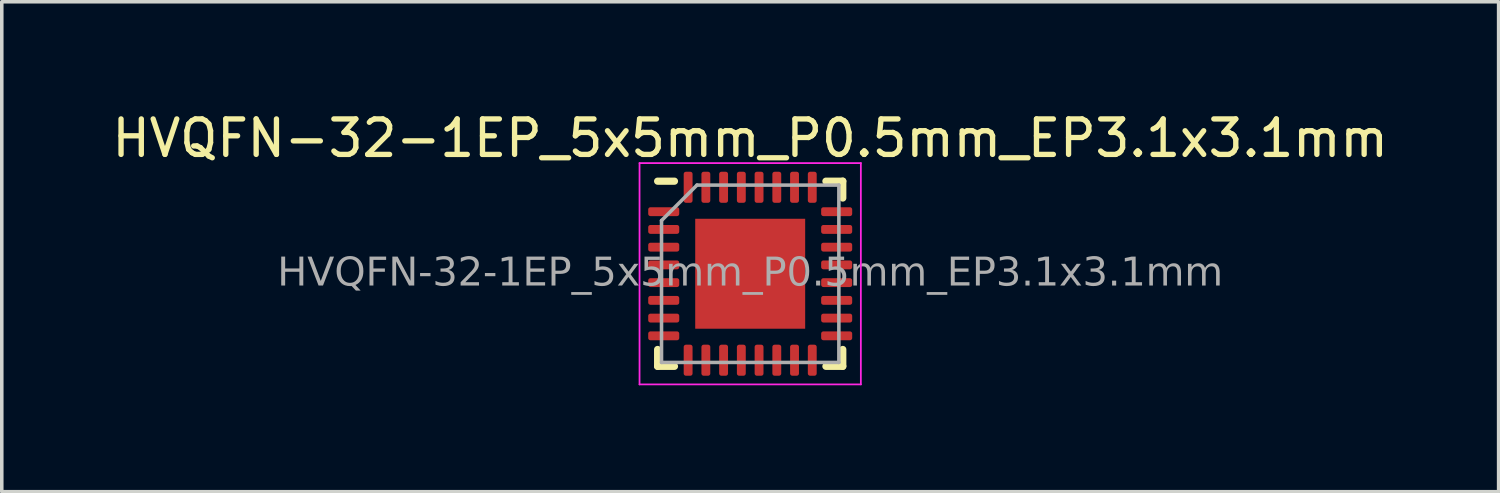
<source format=kicad_pcb>
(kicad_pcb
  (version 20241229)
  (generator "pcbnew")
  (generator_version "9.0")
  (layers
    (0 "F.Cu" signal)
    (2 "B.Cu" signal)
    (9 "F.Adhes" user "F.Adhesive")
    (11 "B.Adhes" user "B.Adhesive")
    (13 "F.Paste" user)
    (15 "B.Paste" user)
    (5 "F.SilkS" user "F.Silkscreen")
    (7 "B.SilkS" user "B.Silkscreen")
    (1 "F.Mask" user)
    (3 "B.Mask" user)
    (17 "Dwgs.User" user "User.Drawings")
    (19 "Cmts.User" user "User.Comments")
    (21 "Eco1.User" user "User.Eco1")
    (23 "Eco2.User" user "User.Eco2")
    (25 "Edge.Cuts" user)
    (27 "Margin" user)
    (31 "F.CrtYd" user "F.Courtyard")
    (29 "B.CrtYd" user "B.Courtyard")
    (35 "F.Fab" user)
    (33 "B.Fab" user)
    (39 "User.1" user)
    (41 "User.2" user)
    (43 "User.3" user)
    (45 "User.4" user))
  (footprint "HVQFN-32-1EP_5x5mm_P0.5mm_EP3.1x3.1mm"
    (layer "F.Cu")
    (at 18.101 4.668)
    (property "Reference" "HVQFN-32-1EP_5x5mm_P0.5mm_EP3.1x3.1mm" (at 0 -3.82 0) (layer "F.SilkS") (effects (font (size 1 1) (thickness 0.15))))
    (attr smd)
    (fp_line (start -2.61 2.61) (end -2.61 2.135) (stroke (width 0.203) (type solid)) (layer "F.SilkS"))
    (fp_line (start -2.135 -2.61) (end -2.61 -2.61) (stroke (width 0.203) (type solid)) (layer "F.SilkS"))
    (fp_line (start -2.135 2.61) (end -2.61 2.61) (stroke (width 0.203) (type solid)) (layer "F.SilkS"))
    (fp_line (start 2.135 -2.61) (end 2.61 -2.61) (stroke (width 0.203) (type solid)) (layer "F.SilkS"))
    (fp_line (start 2.135 2.61) (end 2.61 2.61) (stroke (width 0.203) (type solid)) (layer "F.SilkS"))
    (fp_line (start 2.61 -2.61) (end 2.61 -2.135) (stroke (width 0.203) (type solid)) (layer "F.SilkS"))
    (fp_line (start 2.61 2.61) (end 2.61 2.135) (stroke (width 0.203) (type solid)) (layer "F.SilkS"))
    (fp_line (start -3.12 -3.12) (end -3.12 3.12) (stroke (width 0.05) (type solid)) (layer "F.CrtYd"))
    (fp_line (start -3.12 3.12) (end 3.12 3.12) (stroke (width 0.05) (type solid)) (layer "F.CrtYd"))
    (fp_line (start 3.12 -3.12) (end -3.12 -3.12) (stroke (width 0.05) (type solid)) (layer "F.CrtYd"))
    (fp_line (start 3.12 3.12) (end 3.12 -3.12) (stroke (width 0.05) (type solid)) (layer "F.CrtYd"))
    (fp_line (start -2.5 -1.5) (end -1.5 -2.5) (stroke (width 0.1) (type solid)) (layer "F.Fab"))
    (fp_line (start -2.5 2.5) (end -2.5 -1.5) (stroke (width 0.1) (type solid)) (layer "F.Fab"))
    (fp_line (start -1.5 -2.5) (end 2.5 -2.5) (stroke (width 0.1) (type solid)) (layer "F.Fab"))
    (fp_line (start 2.5 -2.5) (end 2.5 2.5) (stroke (width 0.1) (type solid)) (layer "F.Fab"))
    (fp_line (start 2.5 2.5) (end -2.5 2.5) (stroke (width 0.1) (type solid)) (layer "F.Fab"))
    (fp_text user "${REFERENCE}" (at 0 0 0) (layer "F.Fab") (effects (font (face "Tahoma") (size 0.8 0.8) (thickness 0.15))))
    (pad "" smd roundrect (at -1.03 -1.03) (size 0.83 0.83) (layers "F.Paste") (roundrect_rratio 0.25))
    (pad "" smd roundrect (at -1.03 0) (size 0.83 0.83) (layers "F.Paste") (roundrect_rratio 0.25))
    (pad "" smd roundrect (at -1.03 1.03) (size 0.83 0.83) (layers "F.Paste") (roundrect_rratio 0.25))
    (pad "" smd roundrect (at 0 -1.03) (size 0.83 0.83) (layers "F.Paste") (roundrect_rratio 0.25))
    (pad "" smd roundrect (at 0 0) (size 0.83 0.83) (layers "F.Paste") (roundrect_rratio 0.25))
    (pad "" smd roundrect (at 0 1.03) (size 0.83 0.83) (layers "F.Paste") (roundrect_rratio 0.25))
    (pad "" smd roundrect (at 1.03 -1.03) (size 0.83 0.83) (layers "F.Paste") (roundrect_rratio 0.25))
    (pad "" smd roundrect (at 1.03 0) (size 0.83 0.83) (layers "F.Paste") (roundrect_rratio 0.25))
    (pad "" smd roundrect (at 1.03 1.03) (size 0.83 0.83) (layers "F.Paste") (roundrect_rratio 0.25))
    (pad "1" smd roundrect (at -2.438 -1.75) (size 0.875 0.25) (layers "F.Cu" "F.Mask" "F.Paste") (roundrect_rratio 0.25))
    (pad "2" smd roundrect (at -2.438 -1.25) (size 0.875 0.25) (layers "F.Cu" "F.Mask" "F.Paste") (roundrect_rratio 0.25))
    (pad "3" smd roundrect (at -2.438 -0.75) (size 0.875 0.25) (layers "F.Cu" "F.Mask" "F.Paste") (roundrect_rratio 0.25))
    (pad "4" smd roundrect (at -2.438 -0.25) (size 0.875 0.25) (layers "F.Cu" "F.Mask" "F.Paste") (roundrect_rratio 0.25))
    (pad "5" smd roundrect (at -2.438 0.25) (size 0.875 0.25) (layers "F.Cu" "F.Mask" "F.Paste") (roundrect_rratio 0.25))
    (pad "6" smd roundrect (at -2.438 0.75) (size 0.875 0.25) (layers "F.Cu" "F.Mask" "F.Paste") (roundrect_rratio 0.25))
    (pad "7" smd roundrect (at -2.438 1.25) (size 0.875 0.25) (layers "F.Cu" "F.Mask" "F.Paste") (roundrect_rratio 0.25))
    (pad "8" smd roundrect (at -2.438 1.75) (size 0.875 0.25) (layers "F.Cu" "F.Mask" "F.Paste") (roundrect_rratio 0.25))
    (pad "9" smd roundrect (at -1.75 2.438) (size 0.25 0.875) (layers "F.Cu" "F.Mask" "F.Paste") (roundrect_rratio 0.25))
    (pad "10" smd roundrect (at -1.25 2.438) (size 0.25 0.875) (layers "F.Cu" "F.Mask" "F.Paste") (roundrect_rratio 0.25))
    (pad "11" smd roundrect (at -0.75 2.438) (size 0.25 0.875) (layers "F.Cu" "F.Mask" "F.Paste") (roundrect_rratio 0.25))
    (pad "12" smd roundrect (at -0.25 2.438) (size 0.25 0.875) (layers "F.Cu" "F.Mask" "F.Paste") (roundrect_rratio 0.25))
    (pad "13" smd roundrect (at 0.25 2.438) (size 0.25 0.875) (layers "F.Cu" "F.Mask" "F.Paste") (roundrect_rratio 0.25))
    (pad "14" smd roundrect (at 0.75 2.438) (size 0.25 0.875) (layers "F.Cu" "F.Mask" "F.Paste") (roundrect_rratio 0.25))
    (pad "15" smd roundrect (at 1.25 2.438) (size 0.25 0.875) (layers "F.Cu" "F.Mask" "F.Paste") (roundrect_rratio 0.25))
    (pad "16" smd roundrect (at 1.75 2.438) (size 0.25 0.875) (layers "F.Cu" "F.Mask" "F.Paste") (roundrect_rratio 0.25))
    (pad "17" smd roundrect (at 2.438 1.75) (size 0.875 0.25) (layers "F.Cu" "F.Mask" "F.Paste") (roundrect_rratio 0.25))
    (pad "18" smd roundrect (at 2.438 1.25) (size 0.875 0.25) (layers "F.Cu" "F.Mask" "F.Paste") (roundrect_rratio 0.25))
    (pad "19" smd roundrect (at 2.438 0.75) (size 0.875 0.25) (layers "F.Cu" "F.Mask" "F.Paste") (roundrect_rratio 0.25))
    (pad "20" smd roundrect (at 2.438 0.25) (size 0.875 0.25) (layers "F.Cu" "F.Mask" "F.Paste") (roundrect_rratio 0.25))
    (pad "21" smd roundrect (at 2.438 -0.25) (size 0.875 0.25) (layers "F.Cu" "F.Mask" "F.Paste") (roundrect_rratio 0.25))
    (pad "22" smd roundrect (at 2.438 -0.75) (size 0.875 0.25) (layers "F.Cu" "F.Mask" "F.Paste") (roundrect_rratio 0.25))
    (pad "23" smd roundrect (at 2.438 -1.25) (size 0.875 0.25) (layers "F.Cu" "F.Mask" "F.Paste") (roundrect_rratio 0.25))
    (pad "24" smd roundrect (at 2.438 -1.75) (size 0.875 0.25) (layers "F.Cu" "F.Mask" "F.Paste") (roundrect_rratio 0.25))
    (pad "25" smd roundrect (at 1.75 -2.438) (size 0.25 0.875) (layers "F.Cu" "F.Mask" "F.Paste") (roundrect_rratio 0.25))
    (pad "26" smd roundrect (at 1.25 -2.438) (size 0.25 0.875) (layers "F.Cu" "F.Mask" "F.Paste") (roundrect_rratio 0.25))
    (pad "27" smd roundrect (at 0.75 -2.438) (size 0.25 0.875) (layers "F.Cu" "F.Mask" "F.Paste") (roundrect_rratio 0.25))
    (pad "28" smd roundrect (at 0.25 -2.438) (size 0.25 0.875) (layers "F.Cu" "F.Mask" "F.Paste") (roundrect_rratio 0.25))
    (pad "29" smd roundrect (at -0.25 -2.438) (size 0.25 0.875) (layers "F.Cu" "F.Mask" "F.Paste") (roundrect_rratio 0.25))
    (pad "30" smd roundrect (at -0.75 -2.438) (size 0.25 0.875) (layers "F.Cu" "F.Mask" "F.Paste") (roundrect_rratio 0.25))
    (pad "31" smd roundrect (at -1.25 -2.438) (size 0.25 0.875) (layers "F.Cu" "F.Mask" "F.Paste") (roundrect_rratio 0.25))
    (pad "32" smd roundrect (at -1.75 -2.438) (size 0.25 0.875) (layers "F.Cu" "F.Mask" "F.Paste") (roundrect_rratio 0.25))
    (pad "33" smd rect (at 0 0) (size 3.1 3.1) (layers "F.Cu" "F.Mask")))
  (gr_rect
    (start -3 -3)
    (end 39.202 10.813)
    (stroke (width 0.1) (type default))
    (fill no)
    (layer "Edge.Cuts")))
</source>
